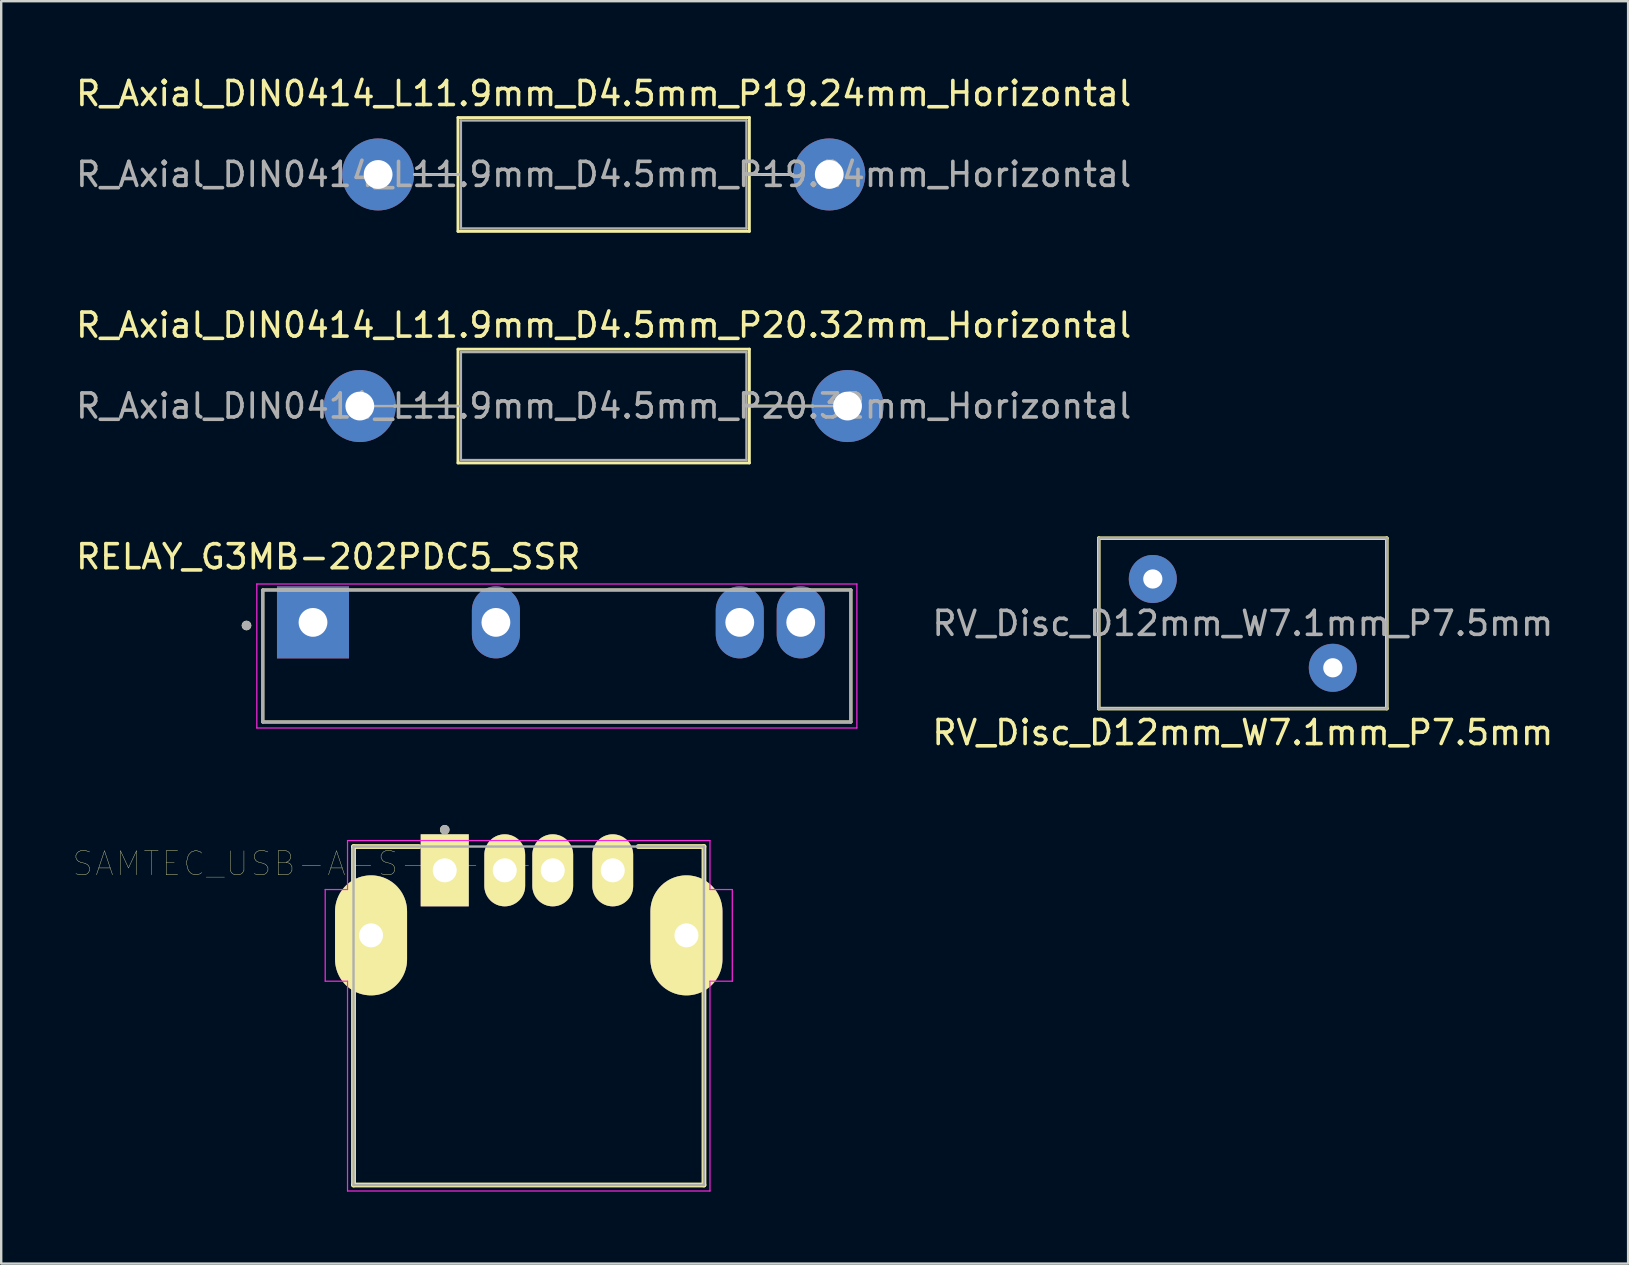
<source format=kicad_pcb>
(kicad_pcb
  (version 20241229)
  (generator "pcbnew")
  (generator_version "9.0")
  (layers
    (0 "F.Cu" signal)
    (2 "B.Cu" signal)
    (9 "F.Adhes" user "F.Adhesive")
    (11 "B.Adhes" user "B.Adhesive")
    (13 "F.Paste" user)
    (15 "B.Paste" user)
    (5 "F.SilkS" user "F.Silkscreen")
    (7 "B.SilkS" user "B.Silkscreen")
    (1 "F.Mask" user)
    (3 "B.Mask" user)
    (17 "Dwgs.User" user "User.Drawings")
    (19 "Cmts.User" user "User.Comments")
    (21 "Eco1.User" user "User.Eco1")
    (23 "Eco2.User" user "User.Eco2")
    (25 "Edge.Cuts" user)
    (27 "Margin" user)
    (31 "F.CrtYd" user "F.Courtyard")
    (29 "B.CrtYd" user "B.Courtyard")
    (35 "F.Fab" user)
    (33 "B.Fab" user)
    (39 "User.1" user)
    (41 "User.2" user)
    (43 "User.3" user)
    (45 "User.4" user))
  (footprint "R_Axial_DIN0414_L11.9mm_D4.5mm_P20.32mm_Horizontal"
    (layer "F.Cu")
    (at 11.941 13.867)
    (property "Reference" "R_Axial_DIN0414_L11.9mm_D4.5mm_P20.32mm_Horizontal" (at 10.16 -3.37 0) (layer "F.SilkS") (effects (font (size 1 1) (thickness 0.15))))
    (attr through_hole)
    (fp_line (start 1.44 0) (end 4.09 0) (stroke (width 0.12) (type solid)) (layer "F.SilkS"))
    (fp_line (start 4.09 -2.37) (end 4.09 2.37) (stroke (width 0.12) (type solid)) (layer "F.SilkS"))
    (fp_line (start 4.09 2.37) (end 16.23 2.37) (stroke (width 0.12) (type solid)) (layer "F.SilkS"))
    (fp_line (start 16.23 -2.37) (end 4.09 -2.37) (stroke (width 0.12) (type solid)) (layer "F.SilkS"))
    (fp_line (start 16.23 2.37) (end 16.23 -2.37) (stroke (width 0.12) (type solid)) (layer "F.SilkS"))
    (fp_line (start 18.88 0) (end 16.23 0) (stroke (width 0.12) (type solid)) (layer "F.SilkS"))
    (fp_line (start 0 0) (end 4.21 0) (stroke (width 0.1) (type solid)) (layer "F.Fab"))
    (fp_line (start 4.21 -2.25) (end 4.21 2.25) (stroke (width 0.1) (type solid)) (layer "F.Fab"))
    (fp_line (start 4.21 2.25) (end 16.11 2.25) (stroke (width 0.1) (type solid)) (layer "F.Fab"))
    (fp_line (start 16.11 -2.25) (end 4.21 -2.25) (stroke (width 0.1) (type solid)) (layer "F.Fab"))
    (fp_line (start 16.11 2.25) (end 16.11 -2.25) (stroke (width 0.1) (type solid)) (layer "F.Fab"))
    (fp_line (start 20.32 0) (end 16.11 0) (stroke (width 0.1) (type solid)) (layer "F.Fab"))
    (fp_text user "${REFERENCE}" (at 10.16 0 0) (layer "F.Fab") (effects (font (size 1 1) (thickness 0.15))))
    (pad "1" thru_hole circle (at 0 0) (size 3 3) (drill 1.2) (layers "*.Cu" "*.Mask"))
    (pad "2" thru_hole oval (at 20.32 0) (size 3 3) (drill 1.2) (layers "*.Cu" "*.Mask")))
  (footprint "RV_Disc_D12mm_W7.1mm_P7.5mm"
    (layer "F.Cu")
    (at 44.979 21.072)
    (property "Reference" "RV_Disc_D12mm_W7.1mm_P7.5mm" (at 3.75 6.4 0) (layer "F.SilkS") (effects (font (size 1 1) (thickness 0.15))))
    (attr through_hole)
    (fp_line (start -2.25 -1.7) (end -2.25 5.4) (stroke (width 0.15) (type solid)) (layer "F.SilkS"))
    (fp_line (start -2.25 -1.7) (end 9.75 -1.7) (stroke (width 0.15) (type solid)) (layer "F.SilkS"))
    (fp_line (start -2.25 5.4) (end 9.75 5.4) (stroke (width 0.15) (type solid)) (layer "F.SilkS"))
    (fp_line (start 9.75 -1.7) (end 9.75 5.4) (stroke (width 0.15) (type solid)) (layer "F.SilkS"))
    (fp_line (start -2.25 -1.7) (end -2.25 5.4) (stroke (width 0.1) (type solid)) (layer "F.Fab"))
    (fp_line (start -2.25 -1.7) (end 9.75 -1.7) (stroke (width 0.1) (type solid)) (layer "F.Fab"))
    (fp_line (start -2.25 5.4) (end 9.75 5.4) (stroke (width 0.1) (type solid)) (layer "F.Fab"))
    (fp_line (start 9.75 -1.7) (end 9.75 5.4) (stroke (width 0.1) (type solid)) (layer "F.Fab"))
    (fp_text user "${REFERENCE}" (at 3.75 1.85 0) (layer "F.Fab") (effects (font (size 1 1) (thickness 0.15))))
    (pad "1" thru_hole circle (at 0 0) (size 2 2) (drill 0.8) (layers "*.Cu" "*.Mask"))
    (pad "2" thru_hole circle (at 7.5 3.7) (size 2 2) (drill 0.8) (layers "*.Cu" "*.Mask")))
  (footprint "SAMTEC_USB-A-S-X-X-TH"
    (layer "F.Cu")
    (at 18.979 35.92)
    (property "Reference" "SAMTEC_USB-A-S-X-X-TH" (at -8.509 -2.985 0) (layer "F.SilkS") (effects (font (size 1 1) (thickness 0.015))))
    (attr through_hole)
    (fp_line (start -7.3 -3.7) (end -4.565 -3.7) (stroke (width 0.2) (type solid)) (layer "F.SilkS"))
    (fp_line (start -7.3 -2.01) (end -7.3 -3.7) (stroke (width 0.2) (type solid)) (layer "F.SilkS"))
    (fp_line (start -7.3 10.4) (end -7.3 2.01) (stroke (width 0.2) (type solid)) (layer "F.SilkS"))
    (fp_line (start 4.565 -3.7) (end 7.3 -3.7) (stroke (width 0.2) (type solid)) (layer "F.SilkS"))
    (fp_line (start 7.3 -3.7) (end 7.3 -2.01) (stroke (width 0.2) (type solid)) (layer "F.SilkS"))
    (fp_line (start 7.3 2.01) (end 7.3 10.4) (stroke (width 0.2) (type solid)) (layer "F.SilkS"))
    (fp_line (start 7.3 10.4) (end -7.3 10.4) (stroke (width 0.2) (type solid)) (layer "F.SilkS"))
    (fp_circle (center -3.5 -4.4) (end -3.4 -4.4) (stroke (width 0.2) (type solid)) (fill no) (layer "F.SilkS"))
    (fp_line (start -8.48 -1.91) (end -7.55 -1.91) (stroke (width 0.05) (type solid)) (layer "F.CrtYd"))
    (fp_line (start -8.48 1.91) (end -8.48 -1.91) (stroke (width 0.05) (type solid)) (layer "F.CrtYd"))
    (fp_line (start -7.55 -3.95) (end 7.55 -3.95) (stroke (width 0.05) (type solid)) (layer "F.CrtYd"))
    (fp_line (start -7.55 -1.91) (end -7.55 -3.95) (stroke (width 0.05) (type solid)) (layer "F.CrtYd"))
    (fp_line (start -7.55 1.91) (end -8.48 1.91) (stroke (width 0.05) (type solid)) (layer "F.CrtYd"))
    (fp_line (start -7.55 10.65) (end -7.55 1.91) (stroke (width 0.05) (type solid)) (layer "F.CrtYd"))
    (fp_line (start 7.55 -3.95) (end 7.55 -1.91) (stroke (width 0.05) (type solid)) (layer "F.CrtYd"))
    (fp_line (start 7.55 -1.91) (end 8.48 -1.91) (stroke (width 0.05) (type solid)) (layer "F.CrtYd"))
    (fp_line (start 7.55 1.91) (end 7.55 10.65) (stroke (width 0.05) (type solid)) (layer "F.CrtYd"))
    (fp_line (start 7.55 10.65) (end -7.55 10.65) (stroke (width 0.05) (type solid)) (layer "F.CrtYd"))
    (fp_line (start 8.48 -1.91) (end 8.48 1.91) (stroke (width 0.05) (type solid)) (layer "F.CrtYd"))
    (fp_line (start 8.48 1.91) (end 7.55 1.91) (stroke (width 0.05) (type solid)) (layer "F.CrtYd"))
    (fp_line (start -7.3 -3.7) (end 7.3 -3.7) (stroke (width 0.1) (type solid)) (layer "F.Fab"))
    (fp_line (start -7.3 10.4) (end -7.3 -3.7) (stroke (width 0.1) (type solid)) (layer "F.Fab"))
    (fp_line (start 7.3 -3.7) (end 7.3 10.4) (stroke (width 0.1) (type solid)) (layer "F.Fab"))
    (fp_line (start 7.3 10.4) (end -7.3 10.4) (stroke (width 0.1) (type solid)) (layer "F.Fab"))
    (fp_circle (center -3.5 -4.4) (end -3.4 -4.4) (stroke (width 0.2) (type solid)) (fill no) (layer "F.Fab"))
    (pad "01" thru_hole rect (at -3.5 -2.71) (size 2 3) (drill 1) (layers "*.Cu" "*.Mask" "F.SilkS"))
    (pad "02" thru_hole oval (at -1 -2.71) (size 1.7 3) (drill 1) (layers "*.Cu" "*.Mask" "F.SilkS"))
    (pad "03" thru_hole oval (at 1 -2.71) (size 1.7 3) (drill 1) (layers "*.Cu" "*.Mask" "F.SilkS"))
    (pad "04" thru_hole oval (at 3.5 -2.71) (size 1.7 3) (drill 1) (layers "*.Cu" "*.Mask" "F.SilkS"))
    (pad "S1" thru_hole oval (at -6.57 0) (size 3 5) (drill 1) (layers "*.Cu" "*.Mask" "F.SilkS"))
    (pad "S2" thru_hole oval (at 6.57 0) (size 3 5) (drill 1) (layers "*.Cu" "*.Mask" "F.SilkS")))
  (footprint "R_Axial_DIN0414_L11.9mm_D4.5mm_P19.24mm_Horizontal"
    (layer "F.Cu")
    (at 14.481 4.218)
    (property "Reference" "R_Axial_DIN0414_L11.9mm_D4.5mm_P19.24mm_Horizontal" (at 7.62 -3.37 0) (layer "F.SilkS") (effects (font (size 1 1) (thickness 0.15))))
    (attr through_hole)
    (fp_line (start 1.44 0) (end -0.254 0) (stroke (width 0.12) (type solid)) (layer "F.SilkS"))
    (fp_line (start 1.44 0) (end 1.55 0) (stroke (width 0.12) (type solid)) (layer "F.SilkS"))
    (fp_line (start 1.55 -2.37) (end 1.55 2.37) (stroke (width 0.12) (type solid)) (layer "F.SilkS"))
    (fp_line (start 1.55 2.37) (end 13.69 2.37) (stroke (width 0.12) (type solid)) (layer "F.SilkS"))
    (fp_line (start 13.69 -2.37) (end 1.55 -2.37) (stroke (width 0.12) (type solid)) (layer "F.SilkS"))
    (fp_line (start 13.69 2.37) (end 13.69 -2.37) (stroke (width 0.12) (type solid)) (layer "F.SilkS"))
    (fp_line (start 13.8 0) (end 13.69 0) (stroke (width 0.12) (type solid)) (layer "F.SilkS"))
    (fp_line (start 13.8 0) (end 14.478 0) (stroke (width 0.12) (type solid)) (layer "F.SilkS"))
    (fp_line (start 14.224 0) (end 15.494 0) (stroke (width 0.12) (type solid)) (layer "F.SilkS"))
    (fp_line (start 0 0) (end -0.254 0) (stroke (width 0.1) (type solid)) (layer "F.Fab"))
    (fp_line (start 0 0) (end 1.67 0) (stroke (width 0.1) (type solid)) (layer "F.Fab"))
    (fp_line (start 1.67 -2.25) (end 1.67 2.25) (stroke (width 0.1) (type solid)) (layer "F.Fab"))
    (fp_line (start 1.67 2.25) (end 13.57 2.25) (stroke (width 0.1) (type solid)) (layer "F.Fab"))
    (fp_line (start 13.57 -2.25) (end 1.67 -2.25) (stroke (width 0.1) (type solid)) (layer "F.Fab"))
    (fp_line (start 13.57 2.25) (end 13.57 -2.25) (stroke (width 0.1) (type solid)) (layer "F.Fab"))
    (fp_line (start 15.24 0) (end 13.57 0) (stroke (width 0.1) (type solid)) (layer "F.Fab"))
    (fp_line (start 15.24 0) (end 15.494 0) (stroke (width 0.1) (type solid)) (layer "F.Fab"))
    (fp_text user "${REFERENCE}" (at 7.62 0 0) (layer "F.Fab") (effects (font (size 1 1) (thickness 0.15))))
    (pad "1" thru_hole circle (at -1.778 0) (size 3 3) (drill 1.2) (layers "*.Cu" "*.Mask"))
    (pad "2" thru_hole oval (at 17.018 0) (size 3 3) (drill 1.2) (layers "*.Cu" "*.Mask")))
  (footprint "RELAY_G3MB-202PDC5_SSR"
    (layer "F.Cu")
    (at 20.15 24.28)
    (property "Reference" "RELAY_G3MB-202PDC5_SSR" (at -9.525 -4.135 0) (layer "F.SilkS") (effects (font (size 1 1) (thickness 0.15))))
    (attr through_hole)
    (fp_line (start -12.25 -2.75) (end -12.25 2.75) (stroke (width 0.127) (type solid)) (layer "F.SilkS"))
    (fp_line (start -12.25 2.75) (end 12.25 2.75) (stroke (width 0.127) (type solid)) (layer "F.SilkS"))
    (fp_line (start 12.25 -2.75) (end -12.25 -2.75) (stroke (width 0.127) (type solid)) (layer "F.SilkS"))
    (fp_line (start 12.25 2.75) (end 12.25 -2.75) (stroke (width 0.127) (type solid)) (layer "F.SilkS"))
    (fp_circle (center -12.93 -1.27) (end -12.83 -1.27) (stroke (width 0.2) (type solid)) (fill no) (layer "F.SilkS"))
    (fp_line (start -12.5 -3) (end 12.5 -3) (stroke (width 0.05) (type solid)) (layer "F.CrtYd"))
    (fp_line (start -12.5 3) (end -12.5 -3) (stroke (width 0.05) (type solid)) (layer "F.CrtYd"))
    (fp_line (start 12.5 -3) (end 12.5 3) (stroke (width 0.05) (type solid)) (layer "F.CrtYd"))
    (fp_line (start 12.5 3) (end -12.5 3) (stroke (width 0.05) (type solid)) (layer "F.CrtYd"))
    (fp_line (start -12.25 -2.75) (end -12.25 2.75) (stroke (width 0.127) (type solid)) (layer "F.Fab"))
    (fp_line (start -12.25 2.75) (end 12.25 2.75) (stroke (width 0.127) (type solid)) (layer "F.Fab"))
    (fp_line (start 12.25 -2.75) (end -12.25 -2.75) (stroke (width 0.127) (type solid)) (layer "F.Fab"))
    (fp_line (start 12.25 2.75) (end 12.25 -2.75) (stroke (width 0.127) (type solid)) (layer "F.Fab"))
    (fp_circle (center -12.93 -1.27) (end -12.83 -1.27) (stroke (width 0.2) (type solid)) (fill no) (layer "F.Fab"))
    (pad "1" thru_hole rect (at -10.16 -1.4) (size 3 3) (drill 1.2) (layers "*.Cu" "*.Mask"))
    (pad "2" thru_hole oval (at -2.54 -1.4) (size 2 3) (drill oval 1.2) (layers "*.Cu" "*.Mask"))
    (pad "3" thru_hole oval (at 7.62 -1.4) (size 2 3) (drill oval 1.2) (layers "*.Cu" "*.Mask"))
    (pad "4" thru_hole oval (at 10.16 -1.4) (size 2 3) (drill oval 1.2) (layers "*.Cu" "*.Mask")))
  (gr_rect
    (start -3 -3)
    (end 64.782 49.595)
    (stroke (width 0.1) (type default))
    (fill no)
    (layer "Edge.Cuts")))
</source>
